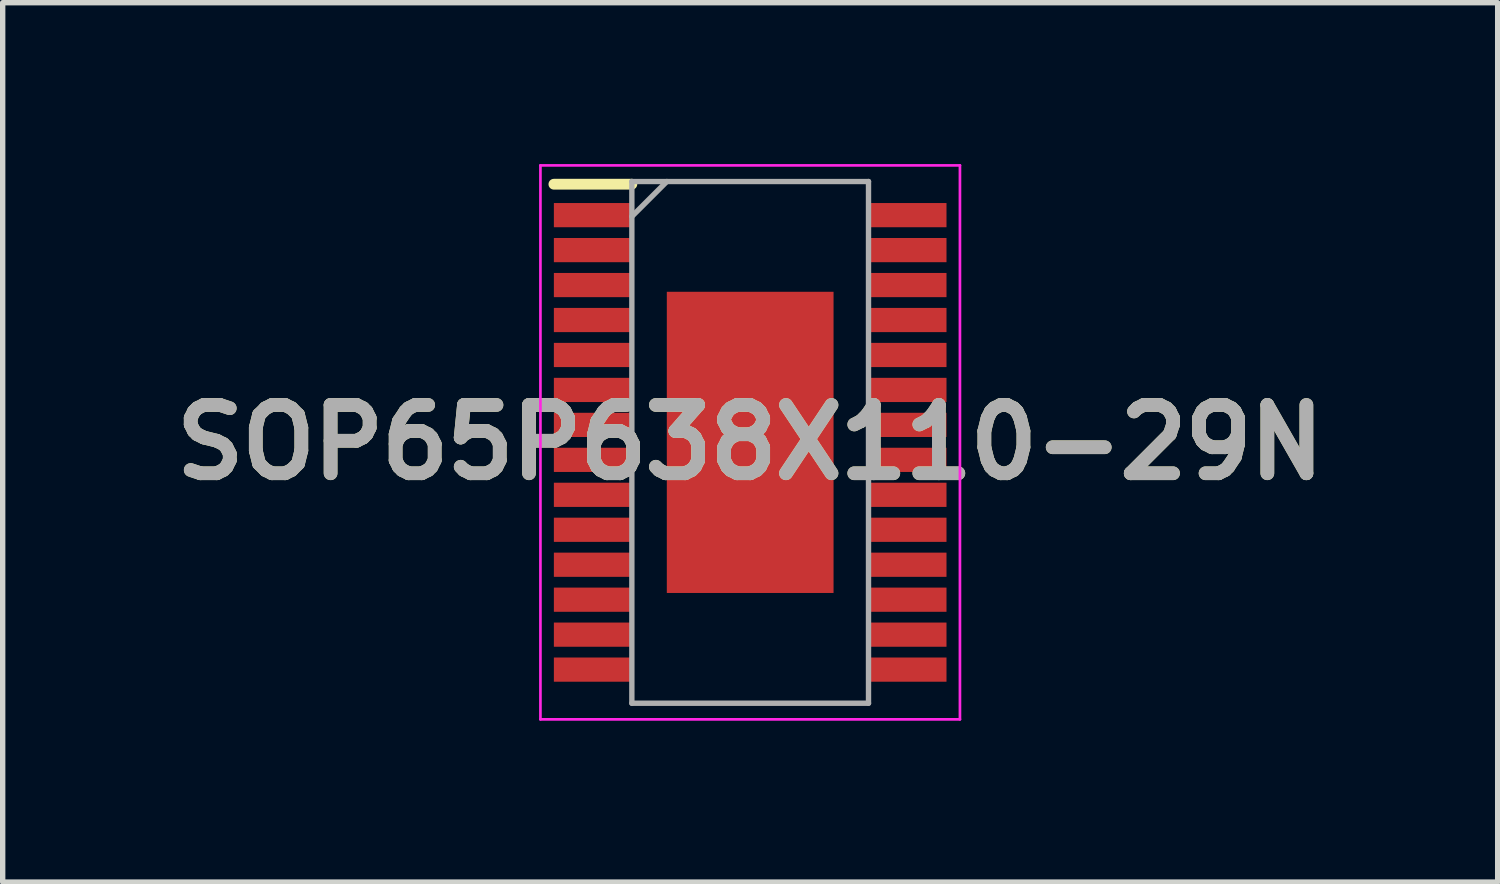
<source format=kicad_pcb>
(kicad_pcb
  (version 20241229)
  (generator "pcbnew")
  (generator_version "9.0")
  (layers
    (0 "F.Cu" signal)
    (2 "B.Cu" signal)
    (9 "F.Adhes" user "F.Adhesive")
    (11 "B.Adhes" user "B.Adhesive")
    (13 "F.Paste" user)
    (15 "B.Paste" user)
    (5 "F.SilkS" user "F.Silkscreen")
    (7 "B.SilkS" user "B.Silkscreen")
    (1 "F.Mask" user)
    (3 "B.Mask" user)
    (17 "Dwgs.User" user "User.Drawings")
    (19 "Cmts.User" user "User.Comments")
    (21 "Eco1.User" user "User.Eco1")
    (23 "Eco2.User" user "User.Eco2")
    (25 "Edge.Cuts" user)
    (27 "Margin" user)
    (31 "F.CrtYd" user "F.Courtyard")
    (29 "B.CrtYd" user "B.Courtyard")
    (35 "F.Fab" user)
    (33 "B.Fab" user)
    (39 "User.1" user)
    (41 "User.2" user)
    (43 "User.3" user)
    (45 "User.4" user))
  (footprint "SOP65P638X110-29N"
    (layer "F.Cu")
    (at 10.898 5.175)
    (property "Reference" "SOP65P638X110-29N" (at 0 0 0) (layer "F.SilkS") (effects (font (size 1.27 1.27) (thickness 0.254))))
    (attr smd)
    (fp_line (start -3.65 -4.8) (end -2.2 -4.8) (stroke (width 0.2) (type solid)) (layer "F.SilkS"))
    (fp_line (start -3.9 -5.15) (end 3.9 -5.15) (stroke (width 0.05) (type solid)) (layer "F.CrtYd"))
    (fp_line (start -3.9 5.15) (end -3.9 -5.15) (stroke (width 0.05) (type solid)) (layer "F.CrtYd"))
    (fp_line (start 3.9 -5.15) (end 3.9 5.15) (stroke (width 0.05) (type solid)) (layer "F.CrtYd"))
    (fp_line (start 3.9 5.15) (end -3.9 5.15) (stroke (width 0.05) (type solid)) (layer "F.CrtYd"))
    (fp_line (start -2.2 -4.85) (end 2.2 -4.85) (stroke (width 0.1) (type solid)) (layer "F.Fab"))
    (fp_line (start -2.2 -4.2) (end -1.55 -4.85) (stroke (width 0.1) (type solid)) (layer "F.Fab"))
    (fp_line (start -2.2 4.85) (end -2.2 -4.85) (stroke (width 0.1) (type solid)) (layer "F.Fab"))
    (fp_line (start 2.2 -4.85) (end 2.2 4.85) (stroke (width 0.1) (type solid)) (layer "F.Fab"))
    (fp_line (start 2.2 4.85) (end -2.2 4.85) (stroke (width 0.1) (type solid)) (layer "F.Fab"))
    (fp_text user "${REFERENCE}" (at 0 0 0) (layer "F.Fab") (effects (font (size 1.27 1.27) (thickness 0.254))))
    (pad "1" smd rect (at -2.925 -4.225 90) (size 0.45 1.45) (layers "F.Cu" "F.Mask" "F.Paste"))
    (pad "2" smd rect (at -2.925 -3.575 90) (size 0.45 1.45) (layers "F.Cu" "F.Mask" "F.Paste"))
    (pad "3" smd rect (at -2.925 -2.925 90) (size 0.45 1.45) (layers "F.Cu" "F.Mask" "F.Paste"))
    (pad "4" smd rect (at -2.925 -2.275 90) (size 0.45 1.45) (layers "F.Cu" "F.Mask" "F.Paste"))
    (pad "5" smd rect (at -2.925 -1.625 90) (size 0.45 1.45) (layers "F.Cu" "F.Mask" "F.Paste"))
    (pad "6" smd rect (at -2.925 -0.975 90) (size 0.45 1.45) (layers "F.Cu" "F.Mask" "F.Paste"))
    (pad "7" smd rect (at -2.925 -0.325 90) (size 0.45 1.45) (layers "F.Cu" "F.Mask" "F.Paste"))
    (pad "8" smd rect (at -2.925 0.325 90) (size 0.45 1.45) (layers "F.Cu" "F.Mask" "F.Paste"))
    (pad "9" smd rect (at -2.925 0.975 90) (size 0.45 1.45) (layers "F.Cu" "F.Mask" "F.Paste"))
    (pad "10" smd rect (at -2.925 1.625 90) (size 0.45 1.45) (layers "F.Cu" "F.Mask" "F.Paste"))
    (pad "11" smd rect (at -2.925 2.275 90) (size 0.45 1.45) (layers "F.Cu" "F.Mask" "F.Paste"))
    (pad "12" smd rect (at -2.925 2.925 90) (size 0.45 1.45) (layers "F.Cu" "F.Mask" "F.Paste"))
    (pad "13" smd rect (at -2.925 3.575 90) (size 0.45 1.45) (layers "F.Cu" "F.Mask" "F.Paste"))
    (pad "14" smd rect (at -2.925 4.225 90) (size 0.45 1.45) (layers "F.Cu" "F.Mask" "F.Paste"))
    (pad "15" smd rect (at 2.925 4.225 90) (size 0.45 1.45) (layers "F.Cu" "F.Mask" "F.Paste"))
    (pad "16" smd rect (at 2.925 3.575 90) (size 0.45 1.45) (layers "F.Cu" "F.Mask" "F.Paste"))
    (pad "17" smd rect (at 2.925 2.925 90) (size 0.45 1.45) (layers "F.Cu" "F.Mask" "F.Paste"))
    (pad "18" smd rect (at 2.925 2.275 90) (size 0.45 1.45) (layers "F.Cu" "F.Mask" "F.Paste"))
    (pad "19" smd rect (at 2.925 1.625 90) (size 0.45 1.45) (layers "F.Cu" "F.Mask" "F.Paste"))
    (pad "20" smd rect (at 2.925 0.975 90) (size 0.45 1.45) (layers "F.Cu" "F.Mask" "F.Paste"))
    (pad "21" smd rect (at 2.925 0.325 90) (size 0.45 1.45) (layers "F.Cu" "F.Mask" "F.Paste"))
    (pad "22" smd rect (at 2.925 -0.325 90) (size 0.45 1.45) (layers "F.Cu" "F.Mask" "F.Paste"))
    (pad "23" smd rect (at 2.925 -0.975 90) (size 0.45 1.45) (layers "F.Cu" "F.Mask" "F.Paste"))
    (pad "24" smd rect (at 2.925 -1.625 90) (size 0.45 1.45) (layers "F.Cu" "F.Mask" "F.Paste"))
    (pad "25" smd rect (at 2.925 -2.275 90) (size 0.45 1.45) (layers "F.Cu" "F.Mask" "F.Paste"))
    (pad "26" smd rect (at 2.925 -2.925 90) (size 0.45 1.45) (layers "F.Cu" "F.Mask" "F.Paste"))
    (pad "27" smd rect (at 2.925 -3.575 90) (size 0.45 1.45) (layers "F.Cu" "F.Mask" "F.Paste"))
    (pad "28" smd rect (at 2.925 -4.225 90) (size 0.45 1.45) (layers "F.Cu" "F.Mask" "F.Paste"))
    (pad "29" smd rect (at 0 0) (size 3.1 5.6) (layers "F.Cu" "F.Mask" "F.Paste")))
  (gr_rect
    (start -3 -3)
    (end 24.796 13.35)
    (stroke (width 0.1) (type default))
    (fill no)
    (layer "Edge.Cuts")))
</source>
